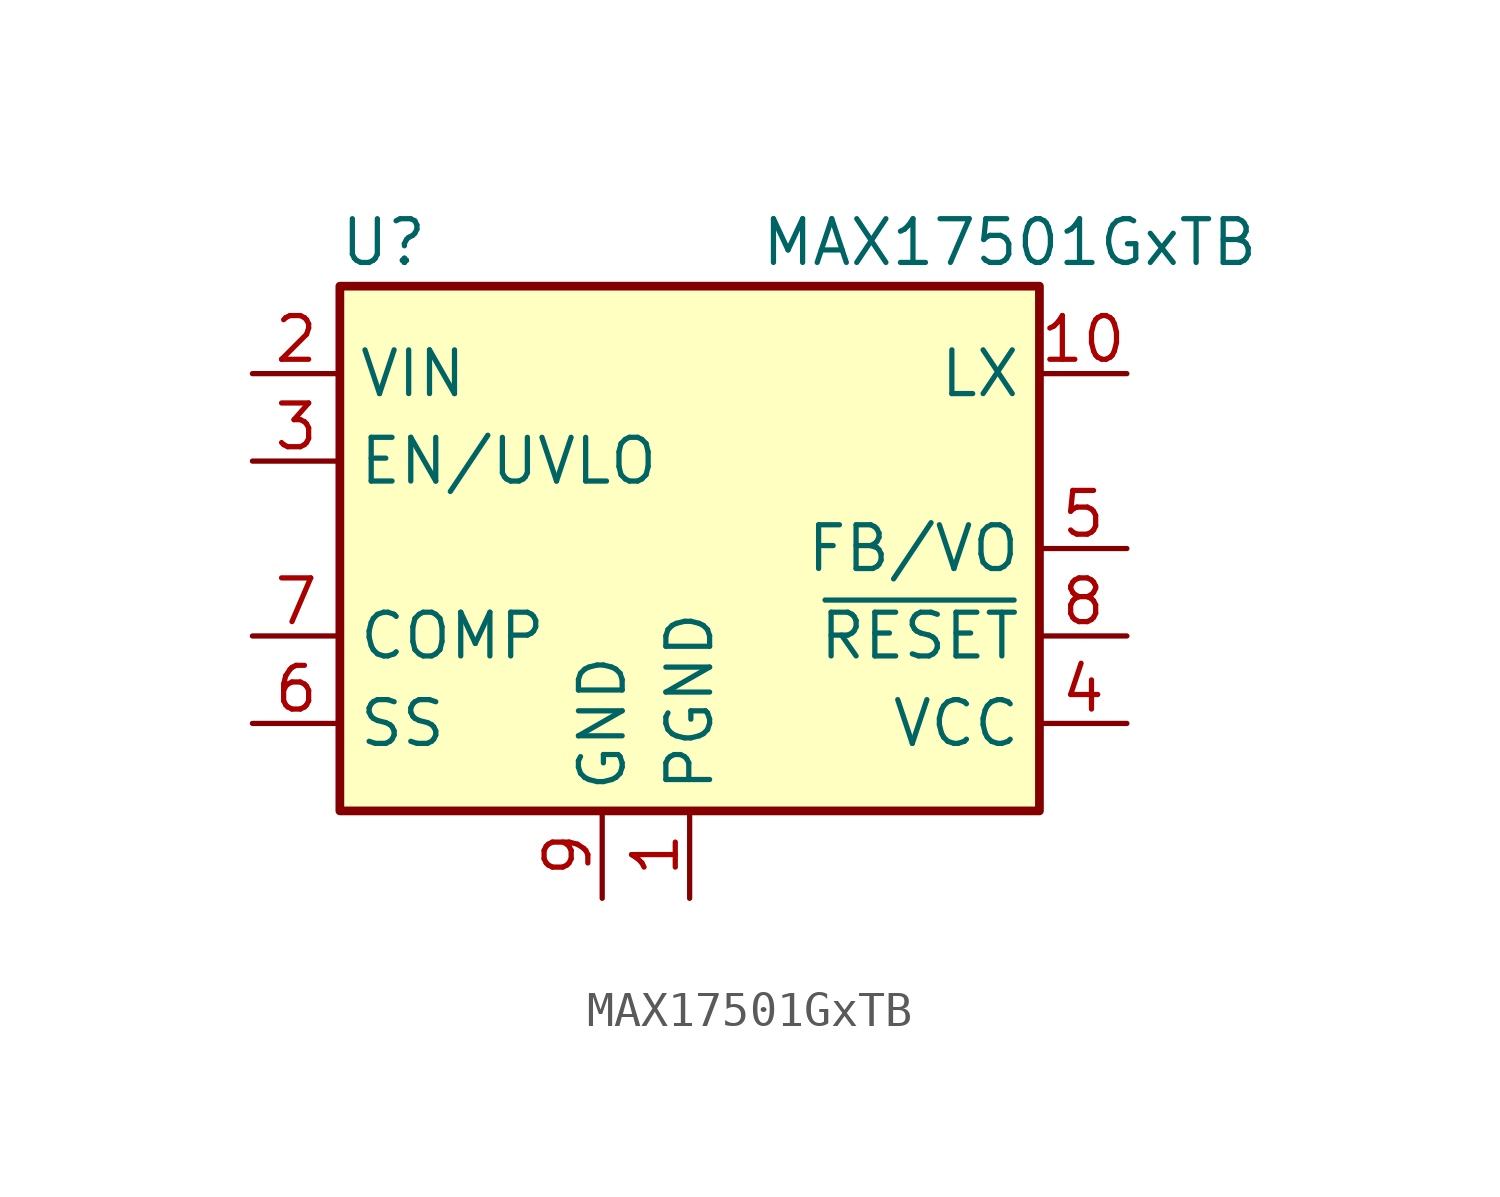
<source format=kicad_sym>
(kicad_symbol_lib
  (version 20201005)
  (generator kicad_symbol_editor)
  (symbol "MAX17501GxTB"
    (property "Reference" "U"
      (at -8.89 8.89 0)
      (effects (font (size 1.27 1.27))))
    (property "Value" "MAX17501GxTB"
      (at 2.032 8.89 0)
      (effects (font (size 1.27 1.27)) (justify left)))
    (symbol "MAX17501GxTB_0_1"
      (rectangle (start -10.16 7.62) (end 10.16 -7.62) (stroke (width 0.254)) (fill (type background))))
    (symbol "MAX17501GxTB_1_1"
      (pin power_in line (at 0 -10.16 90) (length 2.54) (name "PGND" (effects (font (size 1.27 1.27)))) (number "1" (effects (font (size 1.27 1.27)))))
      (pin power_out line (at 12.7 5.08 180) (length 2.54) (name "LX" (effects (font (size 1.27 1.27)))) (number "10" (effects (font (size 1.27 1.27)))))
      (pin passive line (at -2.54 -10.16 90) (length 2.54) hide (name "GND" (effects (font (size 1.27 1.27)))) (number "11" (effects (font (size 1.27 1.27)))))
      (pin power_in line (at -12.7 5.08 0) (length 2.54) (name "VIN" (effects (font (size 1.27 1.27)))) (number "2" (effects (font (size 1.27 1.27)))))
      (pin input line (at -12.7 2.54 0) (length 2.54) (name "EN/UVLO" (effects (font (size 1.27 1.27)))) (number "3" (effects (font (size 1.27 1.27)))))
      (pin power_out line (at 12.7 -5.08 180) (length 2.54) (name "VCC" (effects (font (size 1.27 1.27)))) (number "4" (effects (font (size 1.27 1.27)))))
      (pin input line (at 12.7 0 180) (length 2.54) (name "FB/VO" (effects (font (size 1.27 1.27)))) (number "5" (effects (font (size 1.27 1.27)))))
      (pin passive line (at -12.7 -5.08 0) (length 2.54) (name "SS" (effects (font (size 1.27 1.27)))) (number "6" (effects (font (size 1.27 1.27)))))
      (pin passive line (at -12.7 -2.54 0) (length 2.54) (name "COMP" (effects (font (size 1.27 1.27)))) (number "7" (effects (font (size 1.27 1.27)))))
      (pin open_collector line (at 12.7 -2.54 180) (length 2.54) (name "~RESET" (effects (font (size 1.27 1.27)))) (number "8" (effects (font (size 1.27 1.27)))))
      (pin power_in line (at -2.54 -10.16 90) (length 2.54) (name "GND" (effects (font (size 1.27 1.27)))) (number "9" (effects (font (size 1.27 1.27))))))))
</source>
